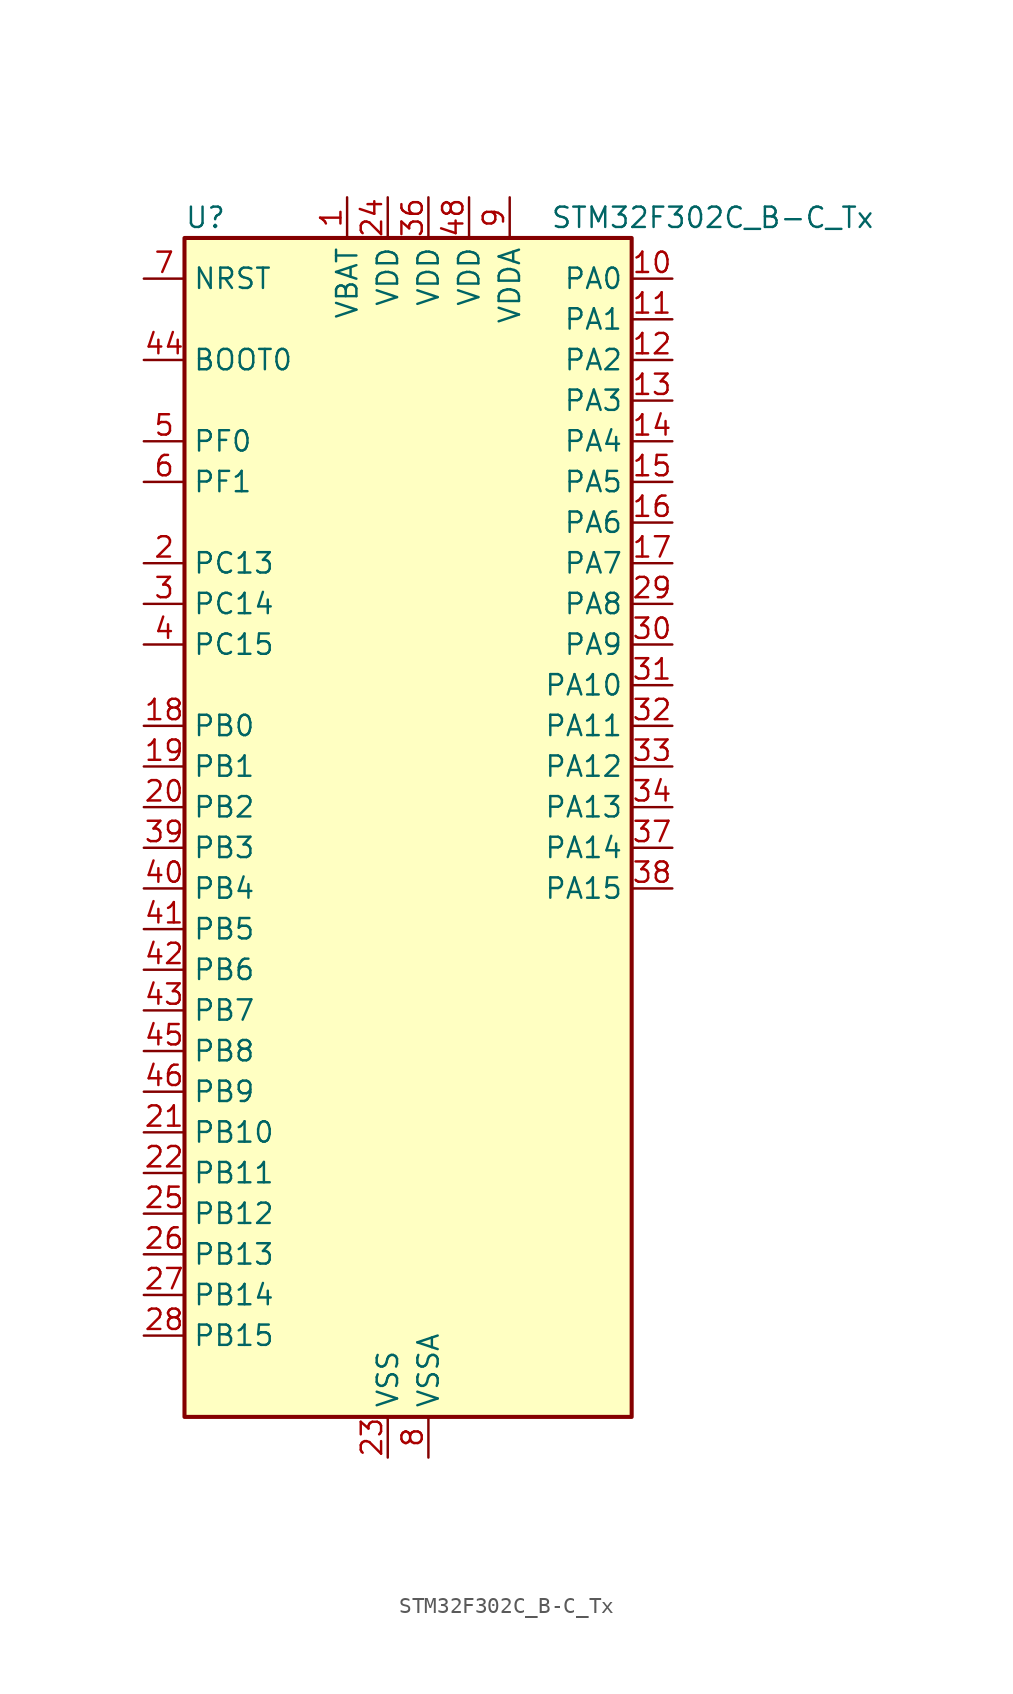
<source format=kicad_sym>
(kicad_symbol_lib
  (version 20231120)
  (generator "kicad_symbol_editor")
  (generator_version "8.0")
  (symbol "STM32F302C_B-C_Tx"
    (property "Reference" "U"
      (at -12.7 39.37 0)
      (effects (font (size 1.27 1.27)) (justify left)))
    (property "Value" "STM32F302C_B-C_Tx"
      (at 10.16 39.37 0)
      (effects (font (size 1.27 1.27)) (justify left)))
    (property "ki_locked" ""
      (at 0 0 0)
      (effects (font (size 1.27 1.27))))
    (symbol "STM32F302C_B-C_Tx_0_1"
      (rectangle (start -12.7 -35.56) (end 15.24 38.1) (stroke (width 0.254) (type default)) (fill (type background))))
    (symbol "STM32F302C_B-C_Tx_1_1"
      (pin power_in line (at -2.54 40.64 270) (length 2.54) (name "VBAT" (effects (font (size 1.27 1.27)))) (number "1" (effects (font (size 1.27 1.27)))))
      (pin bidirectional line (at 17.78 35.56 180) (length 2.54) (name "PA0" (effects (font (size 1.27 1.27)))) (number "10" (effects (font (size 1.27 1.27)))) (alternate "ADC1_IN1" bidirectional line) (alternate "COMP1_INM" bidirectional line) (alternate "COMP1_OUT" bidirectional line) (alternate "RTC_TAMP2" bidirectional line) (alternate "SYS_WKUP1" bidirectional line) (alternate "TIM2_CH1" bidirectional line) (alternate "TIM2_ETR" bidirectional line) (alternate "TSC_G1_IO1" bidirectional line) (alternate "USART2_CTS" bidirectional line))
      (pin bidirectional line (at 17.78 33.02 180) (length 2.54) (name "PA1" (effects (font (size 1.27 1.27)))) (number "11" (effects (font (size 1.27 1.27)))) (alternate "ADC1_IN2" bidirectional line) (alternate "COMP1_INP" bidirectional line) (alternate "OPAMP1_VINP" bidirectional line) (alternate "OPAMP1_VINP_SEC" bidirectional line) (alternate "RTC_REFIN" bidirectional line) (alternate "TIM15_CH1N" bidirectional line) (alternate "TIM2_CH2" bidirectional line) (alternate "TSC_G1_IO2" bidirectional line) (alternate "USART2_DE" bidirectional line) (alternate "USART2_RTS" bidirectional line))
      (pin bidirectional line (at 17.78 30.48 180) (length 2.54) (name "PA2" (effects (font (size 1.27 1.27)))) (number "12" (effects (font (size 1.27 1.27)))) (alternate "ADC1_IN3" bidirectional line) (alternate "COMP2_INM" bidirectional line) (alternate "COMP2_OUT" bidirectional line) (alternate "OPAMP1_VOUT" bidirectional line) (alternate "TIM15_CH1" bidirectional line) (alternate "TIM2_CH3" bidirectional line) (alternate "TSC_G1_IO3" bidirectional line) (alternate "USART2_TX" bidirectional line))
      (pin bidirectional line (at 17.78 27.94 180) (length 2.54) (name "PA3" (effects (font (size 1.27 1.27)))) (number "13" (effects (font (size 1.27 1.27)))) (alternate "ADC1_IN4" bidirectional line) (alternate "COMP2_INP" bidirectional line) (alternate "OPAMP1_VINM" bidirectional line) (alternate "OPAMP1_VINM_SEC" bidirectional line) (alternate "OPAMP1_VINP" bidirectional line) (alternate "OPAMP1_VINP_SEC" bidirectional line) (alternate "TIM15_CH2" bidirectional line) (alternate "TIM2_CH4" bidirectional line) (alternate "TSC_G1_IO4" bidirectional line) (alternate "USART2_RX" bidirectional line))
      (pin bidirectional line (at 17.78 25.4 180) (length 2.54) (name "PA4" (effects (font (size 1.27 1.27)))) (number "14" (effects (font (size 1.27 1.27)))) (alternate "ADC2_IN1" bidirectional line) (alternate "COMP1_INM" bidirectional line) (alternate "COMP2_INM" bidirectional line) (alternate "COMP4_INM" bidirectional line) (alternate "COMP6_INM" bidirectional line) (alternate "DAC_OUT1" bidirectional line) (alternate "I2S3_WS" bidirectional line) (alternate "SPI1_NSS" bidirectional line) (alternate "SPI3_NSS" bidirectional line) (alternate "TIM3_CH2" bidirectional line) (alternate "TSC_G2_IO1" bidirectional line) (alternate "USART2_CK" bidirectional line))
      (pin bidirectional line (at 17.78 22.86 180) (length 2.54) (name "PA5" (effects (font (size 1.27 1.27)))) (number "15" (effects (font (size 1.27 1.27)))) (alternate "ADC2_IN2" bidirectional line) (alternate "COMP1_INM" bidirectional line) (alternate "COMP2_INM" bidirectional line) (alternate "COMP4_INM" bidirectional line) (alternate "COMP6_INM" bidirectional line) (alternate "OPAMP1_VINP" bidirectional line) (alternate "OPAMP1_VINP_SEC" bidirectional line) (alternate "OPAMP2_VINM" bidirectional line) (alternate "OPAMP2_VINM_SEC" bidirectional line) (alternate "SPI1_SCK" bidirectional line) (alternate "TIM2_CH1" bidirectional line) (alternate "TIM2_ETR" bidirectional line) (alternate "TSC_G2_IO2" bidirectional line))
      (pin bidirectional line (at 17.78 20.32 180) (length 2.54) (name "PA6" (effects (font (size 1.27 1.27)))) (number "16" (effects (font (size 1.27 1.27)))) (alternate "ADC2_IN3" bidirectional line) (alternate "COMP1_OUT" bidirectional line) (alternate "OPAMP2_VOUT" bidirectional line) (alternate "SPI1_MISO" bidirectional line) (alternate "TIM16_CH1" bidirectional line) (alternate "TIM1_BKIN" bidirectional line) (alternate "TIM3_CH1" bidirectional line) (alternate "TSC_G2_IO3" bidirectional line))
      (pin bidirectional line (at 17.78 17.78 180) (length 2.54) (name "PA7" (effects (font (size 1.27 1.27)))) (number "17" (effects (font (size 1.27 1.27)))) (alternate "ADC2_IN4" bidirectional line) (alternate "COMP2_INP" bidirectional line) (alternate "COMP2_OUT" bidirectional line) (alternate "OPAMP1_VINP" bidirectional line) (alternate "OPAMP1_VINP_SEC" bidirectional line) (alternate "OPAMP2_VINP" bidirectional line) (alternate "OPAMP2_VINP_SEC" bidirectional line) (alternate "SPI1_MOSI" bidirectional line) (alternate "TIM17_CH1" bidirectional line) (alternate "TIM1_CH1N" bidirectional line) (alternate "TIM3_CH2" bidirectional line) (alternate "TSC_G2_IO4" bidirectional line))
      (pin bidirectional line (at -15.24 7.62 0) (length 2.54) (name "PB0" (effects (font (size 1.27 1.27)))) (number "18" (effects (font (size 1.27 1.27)))) (alternate "COMP4_INP" bidirectional line) (alternate "OPAMP2_VINP" bidirectional line) (alternate "OPAMP2_VINP_SEC" bidirectional line) (alternate "TIM1_CH2N" bidirectional line) (alternate "TIM3_CH3" bidirectional line) (alternate "TSC_G3_IO2" bidirectional line))
      (pin bidirectional line (at -15.24 5.08 0) (length 2.54) (name "PB1" (effects (font (size 1.27 1.27)))) (number "19" (effects (font (size 1.27 1.27)))) (alternate "COMP4_OUT" bidirectional line) (alternate "TIM1_CH3N" bidirectional line) (alternate "TIM3_CH4" bidirectional line) (alternate "TSC_G3_IO3" bidirectional line))
      (pin bidirectional line (at -15.24 17.78 0) (length 2.54) (name "PC13" (effects (font (size 1.27 1.27)))) (number "2" (effects (font (size 1.27 1.27)))) (alternate "RTC_OUT_ALARM" bidirectional line) (alternate "RTC_OUT_CALIB" bidirectional line) (alternate "RTC_TAMP1" bidirectional line) (alternate "RTC_TS" bidirectional line) (alternate "SYS_WKUP2" bidirectional line) (alternate "TIM1_CH1N" bidirectional line))
      (pin bidirectional line (at -15.24 2.54 0) (length 2.54) (name "PB2" (effects (font (size 1.27 1.27)))) (number "20" (effects (font (size 1.27 1.27)))) (alternate "ADC2_IN12" bidirectional line) (alternate "COMP4_INM" bidirectional line) (alternate "TSC_G3_IO4" bidirectional line))
      (pin bidirectional line (at -15.24 -17.78 0) (length 2.54) (name "PB10" (effects (font (size 1.27 1.27)))) (number "21" (effects (font (size 1.27 1.27)))) (alternate "TIM2_CH3" bidirectional line) (alternate "TSC_SYNC" bidirectional line) (alternate "USART3_TX" bidirectional line))
      (pin bidirectional line (at -15.24 -20.32 0) (length 2.54) (name "PB11" (effects (font (size 1.27 1.27)))) (number "22" (effects (font (size 1.27 1.27)))) (alternate "ADC1_EXTI11" bidirectional line) (alternate "ADC2_EXTI11" bidirectional line) (alternate "COMP6_INP" bidirectional line) (alternate "TIM2_CH4" bidirectional line) (alternate "TSC_G6_IO1" bidirectional line) (alternate "USART3_RX" bidirectional line))
      (pin power_in line (at 0 -38.1 90) (length 2.54) (name "VSS" (effects (font (size 1.27 1.27)))) (number "23" (effects (font (size 1.27 1.27)))))
      (pin power_in line (at 0 40.64 270) (length 2.54) (name "VDD" (effects (font (size 1.27 1.27)))) (number "24" (effects (font (size 1.27 1.27)))))
      (pin bidirectional line (at -15.24 -22.86 0) (length 2.54) (name "PB12" (effects (font (size 1.27 1.27)))) (number "25" (effects (font (size 1.27 1.27)))) (alternate "I2C2_SMBA" bidirectional line) (alternate "I2S2_WS" bidirectional line) (alternate "SPI2_NSS" bidirectional line) (alternate "TIM1_BKIN" bidirectional line) (alternate "TSC_G6_IO2" bidirectional line) (alternate "USART3_CK" bidirectional line))
      (pin bidirectional line (at -15.24 -25.4 0) (length 2.54) (name "PB13" (effects (font (size 1.27 1.27)))) (number "26" (effects (font (size 1.27 1.27)))) (alternate "I2S2_CK" bidirectional line) (alternate "SPI2_SCK" bidirectional line) (alternate "TIM1_CH1N" bidirectional line) (alternate "TSC_G6_IO3" bidirectional line) (alternate "USART3_CTS" bidirectional line))
      (pin bidirectional line (at -15.24 -27.94 0) (length 2.54) (name "PB14" (effects (font (size 1.27 1.27)))) (number "27" (effects (font (size 1.27 1.27)))) (alternate "I2S2_ext_SD" bidirectional line) (alternate "OPAMP2_VINP" bidirectional line) (alternate "OPAMP2_VINP_SEC" bidirectional line) (alternate "SPI2_MISO" bidirectional line) (alternate "TIM15_CH1" bidirectional line) (alternate "TIM1_CH2N" bidirectional line) (alternate "TSC_G6_IO4" bidirectional line) (alternate "USART3_DE" bidirectional line) (alternate "USART3_RTS" bidirectional line))
      (pin bidirectional line (at -15.24 -30.48 0) (length 2.54) (name "PB15" (effects (font (size 1.27 1.27)))) (number "28" (effects (font (size 1.27 1.27)))) (alternate "ADC1_EXTI15" bidirectional line) (alternate "ADC2_EXTI15" bidirectional line) (alternate "COMP6_INM" bidirectional line) (alternate "I2S2_SD" bidirectional line) (alternate "RTC_REFIN" bidirectional line) (alternate "SPI2_MOSI" bidirectional line) (alternate "TIM15_CH1N" bidirectional line) (alternate "TIM15_CH2" bidirectional line) (alternate "TIM1_CH3N" bidirectional line))
      (pin bidirectional line (at 17.78 15.24 180) (length 2.54) (name "PA8" (effects (font (size 1.27 1.27)))) (number "29" (effects (font (size 1.27 1.27)))) (alternate "I2C2_SMBA" bidirectional line) (alternate "I2S2_MCK" bidirectional line) (alternate "RCC_MCO" bidirectional line) (alternate "TIM1_CH1" bidirectional line) (alternate "TIM4_ETR" bidirectional line) (alternate "USART1_CK" bidirectional line))
      (pin bidirectional line (at -15.24 15.24 0) (length 2.54) (name "PC14" (effects (font (size 1.27 1.27)))) (number "3" (effects (font (size 1.27 1.27)))) (alternate "RCC_OSC32_IN" bidirectional line))
      (pin bidirectional line (at 17.78 12.7 180) (length 2.54) (name "PA9" (effects (font (size 1.27 1.27)))) (number "30" (effects (font (size 1.27 1.27)))) (alternate "DAC_EXTI9" bidirectional line) (alternate "I2C2_SCL" bidirectional line) (alternate "I2S3_MCK" bidirectional line) (alternate "TIM15_BKIN" bidirectional line) (alternate "TIM1_CH2" bidirectional line) (alternate "TIM2_CH3" bidirectional line) (alternate "TSC_G4_IO1" bidirectional line) (alternate "USART1_TX" bidirectional line))
      (pin bidirectional line (at 17.78 10.16 180) (length 2.54) (name "PA10" (effects (font (size 1.27 1.27)))) (number "31" (effects (font (size 1.27 1.27)))) (alternate "COMP6_OUT" bidirectional line) (alternate "I2C2_SDA" bidirectional line) (alternate "TIM17_BKIN" bidirectional line) (alternate "TIM1_CH3" bidirectional line) (alternate "TIM2_CH4" bidirectional line) (alternate "TSC_G4_IO2" bidirectional line) (alternate "USART1_RX" bidirectional line))
      (pin bidirectional line (at 17.78 7.62 180) (length 2.54) (name "PA11" (effects (font (size 1.27 1.27)))) (number "32" (effects (font (size 1.27 1.27)))) (alternate "ADC1_EXTI11" bidirectional line) (alternate "ADC2_EXTI11" bidirectional line) (alternate "CAN_RX" bidirectional line) (alternate "COMP1_OUT" bidirectional line) (alternate "TIM1_BKIN2" bidirectional line) (alternate "TIM1_CH1N" bidirectional line) (alternate "TIM1_CH4" bidirectional line) (alternate "TIM4_CH1" bidirectional line) (alternate "USART1_CTS" bidirectional line) (alternate "USB_DM" bidirectional line))
      (pin bidirectional line (at 17.78 5.08 180) (length 2.54) (name "PA12" (effects (font (size 1.27 1.27)))) (number "33" (effects (font (size 1.27 1.27)))) (alternate "CAN_TX" bidirectional line) (alternate "COMP2_OUT" bidirectional line) (alternate "TIM16_CH1" bidirectional line) (alternate "TIM1_CH2N" bidirectional line) (alternate "TIM1_ETR" bidirectional line) (alternate "TIM4_CH2" bidirectional line) (alternate "USART1_DE" bidirectional line) (alternate "USART1_RTS" bidirectional line) (alternate "USB_DP" bidirectional line))
      (pin bidirectional line (at 17.78 2.54 180) (length 2.54) (name "PA13" (effects (font (size 1.27 1.27)))) (number "34" (effects (font (size 1.27 1.27)))) (alternate "IR_OUT" bidirectional line) (alternate "SYS_JTMS-SWDIO" bidirectional line) (alternate "TIM16_CH1N" bidirectional line) (alternate "TIM4_CH3" bidirectional line) (alternate "TSC_G4_IO3" bidirectional line) (alternate "USART3_CTS" bidirectional line))
      (pin passive line (at 0 -38.1 90) (length 2.54) hide (name "VSS" (effects (font (size 1.27 1.27)))) (number "35" (effects (font (size 1.27 1.27)))))
      (pin power_in line (at 2.54 40.64 270) (length 2.54) (name "VDD" (effects (font (size 1.27 1.27)))) (number "36" (effects (font (size 1.27 1.27)))))
      (pin bidirectional line (at 17.78 0 180) (length 2.54) (name "PA14" (effects (font (size 1.27 1.27)))) (number "37" (effects (font (size 1.27 1.27)))) (alternate "I2C1_SDA" bidirectional line) (alternate "SYS_JTCK-SWCLK" bidirectional line) (alternate "TIM1_BKIN" bidirectional line) (alternate "TSC_G4_IO4" bidirectional line) (alternate "USART2_TX" bidirectional line))
      (pin bidirectional line (at 17.78 -2.54 180) (length 2.54) (name "PA15" (effects (font (size 1.27 1.27)))) (number "38" (effects (font (size 1.27 1.27)))) (alternate "ADC1_EXTI15" bidirectional line) (alternate "ADC2_EXTI15" bidirectional line) (alternate "I2C1_SCL" bidirectional line) (alternate "I2S3_WS" bidirectional line) (alternate "SPI1_NSS" bidirectional line) (alternate "SPI3_NSS" bidirectional line) (alternate "SYS_JTDI" bidirectional line) (alternate "TIM1_BKIN" bidirectional line) (alternate "TIM2_CH1" bidirectional line) (alternate "TIM2_ETR" bidirectional line) (alternate "USART2_RX" bidirectional line))
      (pin bidirectional line (at -15.24 0 0) (length 2.54) (name "PB3" (effects (font (size 1.27 1.27)))) (number "39" (effects (font (size 1.27 1.27)))) (alternate "I2S3_CK" bidirectional line) (alternate "SPI1_SCK" bidirectional line) (alternate "SPI3_SCK" bidirectional line) (alternate "SYS_JTDO-TRACESWO" bidirectional line) (alternate "TIM2_CH2" bidirectional line) (alternate "TIM3_ETR" bidirectional line) (alternate "TIM4_ETR" bidirectional line) (alternate "TSC_G5_IO1" bidirectional line) (alternate "USART2_TX" bidirectional line))
      (pin bidirectional line (at -15.24 12.7 0) (length 2.54) (name "PC15" (effects (font (size 1.27 1.27)))) (number "4" (effects (font (size 1.27 1.27)))) (alternate "ADC1_EXTI15" bidirectional line) (alternate "ADC2_EXTI15" bidirectional line) (alternate "RCC_OSC32_OUT" bidirectional line))
      (pin bidirectional line (at -15.24 -2.54 0) (length 2.54) (name "PB4" (effects (font (size 1.27 1.27)))) (number "40" (effects (font (size 1.27 1.27)))) (alternate "I2S3_ext_SD" bidirectional line) (alternate "SPI1_MISO" bidirectional line) (alternate "SPI3_MISO" bidirectional line) (alternate "SYS_NJTRST" bidirectional line) (alternate "TIM16_CH1" bidirectional line) (alternate "TIM17_BKIN" bidirectional line) (alternate "TIM3_CH1" bidirectional line) (alternate "TSC_G5_IO2" bidirectional line) (alternate "USART2_RX" bidirectional line))
      (pin bidirectional line (at -15.24 -5.08 0) (length 2.54) (name "PB5" (effects (font (size 1.27 1.27)))) (number "41" (effects (font (size 1.27 1.27)))) (alternate "I2C1_SMBA" bidirectional line) (alternate "I2S3_SD" bidirectional line) (alternate "SPI1_MOSI" bidirectional line) (alternate "SPI3_MOSI" bidirectional line) (alternate "TIM16_BKIN" bidirectional line) (alternate "TIM17_CH1" bidirectional line) (alternate "TIM3_CH2" bidirectional line) (alternate "USART2_CK" bidirectional line))
      (pin bidirectional line (at -15.24 -7.62 0) (length 2.54) (name "PB6" (effects (font (size 1.27 1.27)))) (number "42" (effects (font (size 1.27 1.27)))) (alternate "I2C1_SCL" bidirectional line) (alternate "TIM16_CH1N" bidirectional line) (alternate "TIM4_CH1" bidirectional line) (alternate "TSC_G5_IO3" bidirectional line) (alternate "USART1_TX" bidirectional line))
      (pin bidirectional line (at -15.24 -10.16 0) (length 2.54) (name "PB7" (effects (font (size 1.27 1.27)))) (number "43" (effects (font (size 1.27 1.27)))) (alternate "I2C1_SDA" bidirectional line) (alternate "TIM17_CH1N" bidirectional line) (alternate "TIM3_CH4" bidirectional line) (alternate "TIM4_CH2" bidirectional line) (alternate "TSC_G5_IO4" bidirectional line) (alternate "USART1_RX" bidirectional line))
      (pin input line (at -15.24 30.48 0) (length 2.54) (name "BOOT0" (effects (font (size 1.27 1.27)))) (number "44" (effects (font (size 1.27 1.27)))))
      (pin bidirectional line (at -15.24 -12.7 0) (length 2.54) (name "PB8" (effects (font (size 1.27 1.27)))) (number "45" (effects (font (size 1.27 1.27)))) (alternate "CAN_RX" bidirectional line) (alternate "COMP1_OUT" bidirectional line) (alternate "I2C1_SCL" bidirectional line) (alternate "TIM16_CH1" bidirectional line) (alternate "TIM1_BKIN" bidirectional line) (alternate "TIM4_CH3" bidirectional line) (alternate "TSC_SYNC" bidirectional line))
      (pin bidirectional line (at -15.24 -15.24 0) (length 2.54) (name "PB9" (effects (font (size 1.27 1.27)))) (number "46" (effects (font (size 1.27 1.27)))) (alternate "CAN_TX" bidirectional line) (alternate "COMP2_OUT" bidirectional line) (alternate "DAC_EXTI9" bidirectional line) (alternate "I2C1_SDA" bidirectional line) (alternate "IR_OUT" bidirectional line) (alternate "TIM17_CH1" bidirectional line) (alternate "TIM4_CH4" bidirectional line))
      (pin passive line (at 0 -38.1 90) (length 2.54) hide (name "VSS" (effects (font (size 1.27 1.27)))) (number "47" (effects (font (size 1.27 1.27)))))
      (pin power_in line (at 5.08 40.64 270) (length 2.54) (name "VDD" (effects (font (size 1.27 1.27)))) (number "48" (effects (font (size 1.27 1.27)))))
      (pin bidirectional line (at -15.24 25.4 0) (length 2.54) (name "PF0" (effects (font (size 1.27 1.27)))) (number "5" (effects (font (size 1.27 1.27)))) (alternate "I2C2_SDA" bidirectional line) (alternate "RCC_OSC_IN" bidirectional line) (alternate "TIM1_CH3N" bidirectional line))
      (pin bidirectional line (at -15.24 22.86 0) (length 2.54) (name "PF1" (effects (font (size 1.27 1.27)))) (number "6" (effects (font (size 1.27 1.27)))) (alternate "I2C2_SCL" bidirectional line) (alternate "RCC_OSC_OUT" bidirectional line))
      (pin input line (at -15.24 35.56 0) (length 2.54) (name "NRST" (effects (font (size 1.27 1.27)))) (number "7" (effects (font (size 1.27 1.27)))))
      (pin power_in line (at 2.54 -38.1 90) (length 2.54) (name "VSSA" (effects (font (size 1.27 1.27)))) (number "8" (effects (font (size 1.27 1.27)))))
      (pin power_in line (at 7.62 40.64 270) (length 2.54) (name "VDDA" (effects (font (size 1.27 1.27)))) (number "9" (effects (font (size 1.27 1.27))))))))
</source>
